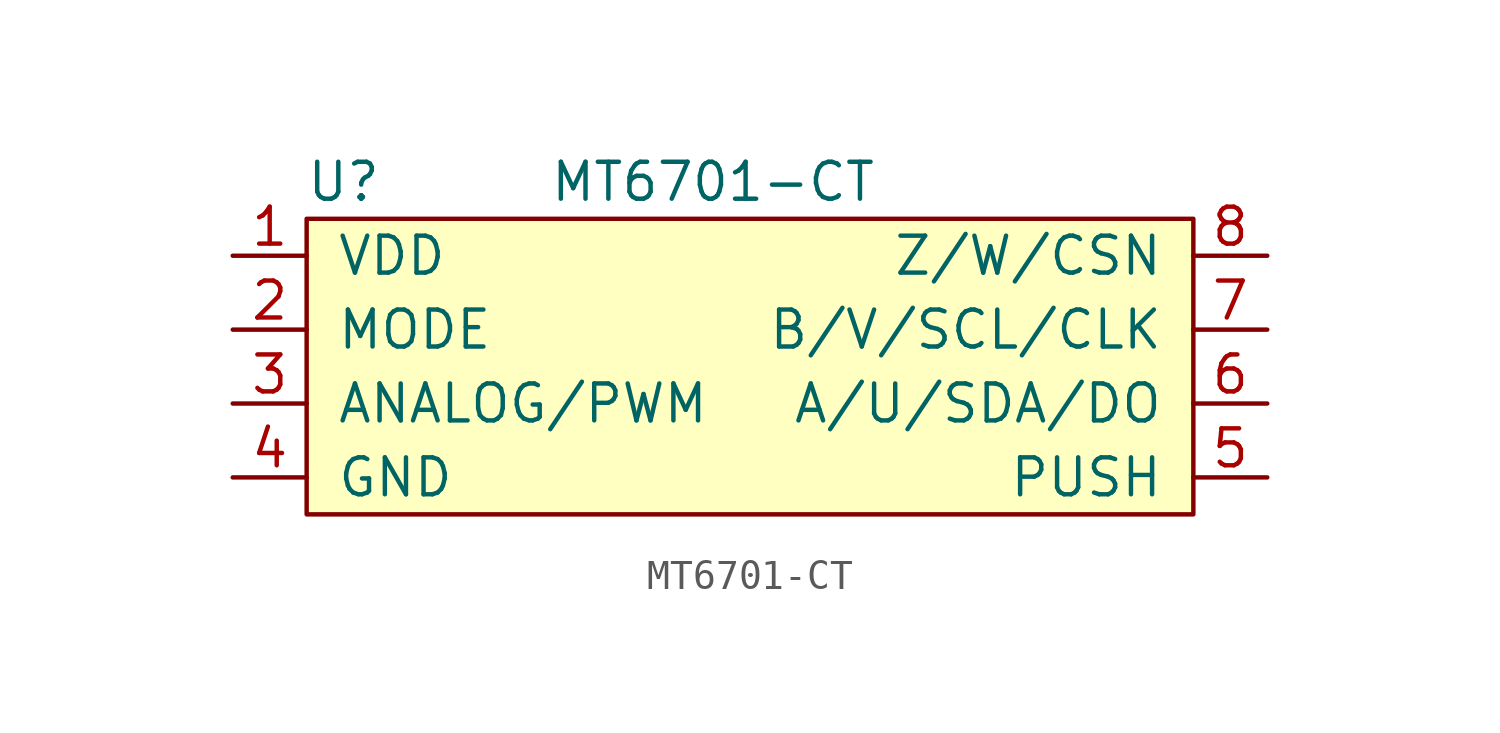
<source format=kicad_sym>
(kicad_symbol_lib
  (version 20220914)
  (generator kicad_symbol_editor)
  (symbol "MT6701-CT"
    (pin_names
      (offset 1.016))
    (property "Reference" "U"
      (at -12.7 6.35 0)
      (effects (font (size 1.27 1.27))))
    (property "Value" "MT6701-CT"
      (at 0 6.35 0)
      (effects (font (size 1.27 1.27))))
    (symbol "MT6701-CT_0_1"
      (rectangle (start -13.97 5.08) (end 16.51 -5.08) (stroke (width 0) (type solid)) (fill (type background))))
    (symbol "MT6701-CT_1_1"
      (pin power_in line (at -16.51 3.81 0) (length 2.54) (name "VDD" (effects (font (size 1.27 1.27)))) (number "1" (effects (font (size 1.27 1.27)))))
      (pin input line (at -16.51 1.27 0) (length 2.54) (name "MODE" (effects (font (size 1.27 1.27)))) (number "2" (effects (font (size 1.27 1.27)))))
      (pin output line (at -16.51 -1.27 0) (length 2.54) (name "ANALOG/PWM" (effects (font (size 1.27 1.27)))) (number "3" (effects (font (size 1.27 1.27)))))
      (pin power_in line (at -16.51 -3.81 0) (length 2.54) (name "GND" (effects (font (size 1.27 1.27)))) (number "4" (effects (font (size 1.27 1.27)))))
      (pin output line (at 19.05 -3.81 180) (length 2.54) (name "PUSH" (effects (font (size 1.27 1.27)))) (number "5" (effects (font (size 1.27 1.27)))))
      (pin bidirectional line (at 19.05 -1.27 180) (length 2.54) (name "A/U/SDA/DO" (effects (font (size 1.27 1.27)))) (number "6" (effects (font (size 1.27 1.27)))))
      (pin bidirectional line (at 19.05 1.27 180) (length 2.54) (name "B/V/SCL/CLK" (effects (font (size 1.27 1.27)))) (number "7" (effects (font (size 1.27 1.27)))))
      (pin bidirectional line (at 19.05 3.81 180) (length 2.54) (name "Z/W/CSN" (effects (font (size 1.27 1.27)))) (number "8" (effects (font (size 1.27 1.27))))))))
</source>
